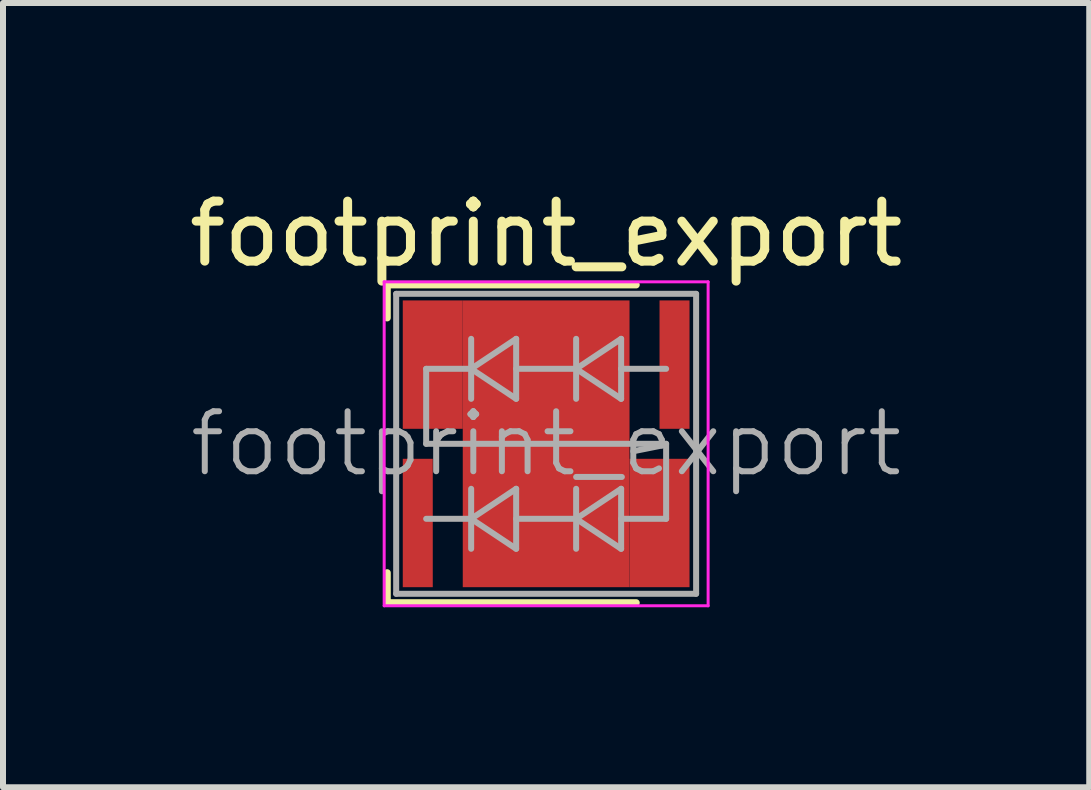
<source format=kicad_pcb>
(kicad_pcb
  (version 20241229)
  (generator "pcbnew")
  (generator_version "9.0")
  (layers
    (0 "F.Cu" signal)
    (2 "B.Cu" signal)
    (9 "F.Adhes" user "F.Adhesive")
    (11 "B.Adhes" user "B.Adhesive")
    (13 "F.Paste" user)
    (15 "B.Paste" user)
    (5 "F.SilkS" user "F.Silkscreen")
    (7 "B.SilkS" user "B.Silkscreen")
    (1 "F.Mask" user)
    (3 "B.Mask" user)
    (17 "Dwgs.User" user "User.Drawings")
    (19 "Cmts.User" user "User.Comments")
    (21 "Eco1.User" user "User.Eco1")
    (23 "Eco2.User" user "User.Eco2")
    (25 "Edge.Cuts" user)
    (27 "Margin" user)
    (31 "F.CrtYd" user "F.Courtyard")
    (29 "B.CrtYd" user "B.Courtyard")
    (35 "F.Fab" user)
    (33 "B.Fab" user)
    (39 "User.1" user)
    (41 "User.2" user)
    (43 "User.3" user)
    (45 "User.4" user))
  (footprint "footprint_export"
    (layer "F.Cu")
    (at 6.054 4.348)
    (property "Reference" "footprint_export" (at 0 -3.5 0) (layer "F.SilkS") (effects (font (size 1 1) (thickness 0.15))))
    (attr smd)
    (fp_line (start -2.65 -2.65) (end -2.65 -2.1) (stroke (width 0.12) (type solid)) (layer "F.SilkS"))
    (fp_line (start -2.65 2.65) (end -2.65 2.15) (stroke (width 0.12) (type solid)) (layer "F.SilkS"))
    (fp_line (start 1.5 -2.65) (end -2.65 -2.65) (stroke (width 0.12) (type solid)) (layer "F.SilkS"))
    (fp_line (start 1.5 2.65) (end -2.65 2.65) (stroke (width 0.12) (type solid)) (layer "F.SilkS"))
    (fp_line (start -2.7 -2.7) (end -2.7 2.7) (stroke (width 0.05) (type solid)) (layer "F.CrtYd"))
    (fp_line (start -2.7 2.7) (end 2.7 2.7) (stroke (width 0.05) (type solid)) (layer "F.CrtYd"))
    (fp_line (start 2.7 -2.7) (end -2.7 -2.7) (stroke (width 0.05) (type solid)) (layer "F.CrtYd"))
    (fp_line (start 2.7 2.7) (end 2.7 -2.7) (stroke (width 0.05) (type solid)) (layer "F.CrtYd"))
    (fp_line (start -2.5 -2.5) (end 2.5 -2.5) (stroke (width 0.1) (type solid)) (layer "F.Fab"))
    (fp_line (start -2.5 2.5) (end -2.5 -2.5) (stroke (width 0.1) (type solid)) (layer "F.Fab"))
    (fp_line (start -2 -1.25) (end -2 0) (stroke (width 0.1) (type solid)) (layer "F.Fab"))
    (fp_line (start -2 -1.25) (end -1.25 -1.25) (stroke (width 0.1) (type solid)) (layer "F.Fab"))
    (fp_line (start -2 0) (end 2 0) (stroke (width 0.1) (type solid)) (layer "F.Fab"))
    (fp_line (start -2 1.25) (end -1.25 1.25) (stroke (width 0.1) (type solid)) (layer "F.Fab"))
    (fp_line (start -1.25 -1.25) (end -1.25 -1.75) (stroke (width 0.1) (type solid)) (layer "F.Fab"))
    (fp_line (start -1.25 -1.25) (end -1.25 -0.75) (stroke (width 0.1) (type solid)) (layer "F.Fab"))
    (fp_line (start -1.25 -1.25) (end -0.5 -1.75) (stroke (width 0.1) (type solid)) (layer "F.Fab"))
    (fp_line (start -1.25 1.25) (end -1.25 0.75) (stroke (width 0.1) (type solid)) (layer "F.Fab"))
    (fp_line (start -1.25 1.25) (end -1.25 1.75) (stroke (width 0.1) (type solid)) (layer "F.Fab"))
    (fp_line (start -1.25 1.25) (end -0.5 0.75) (stroke (width 0.1) (type solid)) (layer "F.Fab"))
    (fp_line (start -0.5 -1.75) (end -0.5 -0.75) (stroke (width 0.1) (type solid)) (layer "F.Fab"))
    (fp_line (start -0.5 -1.25) (end 0.5 -1.25) (stroke (width 0.1) (type solid)) (layer "F.Fab"))
    (fp_line (start -0.5 -0.75) (end -1.25 -1.25) (stroke (width 0.1) (type solid)) (layer "F.Fab"))
    (fp_line (start -0.5 0.75) (end -0.5 1.75) (stroke (width 0.1) (type solid)) (layer "F.Fab"))
    (fp_line (start -0.5 1.25) (end 0.5 1.25) (stroke (width 0.1) (type solid)) (layer "F.Fab"))
    (fp_line (start -0.5 1.75) (end -1.25 1.25) (stroke (width 0.1) (type solid)) (layer "F.Fab"))
    (fp_line (start 0.5 -1.75) (end 0.5 -0.75) (stroke (width 0.1) (type solid)) (layer "F.Fab"))
    (fp_line (start 0.5 -1.25) (end 1.25 -0.75) (stroke (width 0.1) (type solid)) (layer "F.Fab"))
    (fp_line (start 0.5 0.75) (end 0.5 1.75) (stroke (width 0.1) (type solid)) (layer "F.Fab"))
    (fp_line (start 0.5 1.25) (end 1.25 1.75) (stroke (width 0.1) (type solid)) (layer "F.Fab"))
    (fp_line (start 1.25 -1.75) (end 0.5 -1.25) (stroke (width 0.1) (type solid)) (layer "F.Fab"))
    (fp_line (start 1.25 -1.25) (end 1.25 -1.75) (stroke (width 0.1) (type solid)) (layer "F.Fab"))
    (fp_line (start 1.25 -0.75) (end 1.25 -1.25) (stroke (width 0.1) (type solid)) (layer "F.Fab"))
    (fp_line (start 1.25 0.75) (end 0.5 1.25) (stroke (width 0.1) (type solid)) (layer "F.Fab"))
    (fp_line (start 1.25 0.75) (end 1.25 1.75) (stroke (width 0.1) (type solid)) (layer "F.Fab"))
    (fp_line (start 2 -1.25) (end 1.25 -1.25) (stroke (width 0.1) (type solid)) (layer "F.Fab"))
    (fp_line (start 2 0) (end 2 1.25) (stroke (width 0.1) (type solid)) (layer "F.Fab"))
    (fp_line (start 2 1.25) (end 1.25 1.25) (stroke (width 0.1) (type solid)) (layer "F.Fab"))
    (fp_line (start 2.5 -2.5) (end 2.5 2.5) (stroke (width 0.1) (type solid)) (layer "F.Fab"))
    (fp_line (start 2.5 2.5) (end -2.5 2.5) (stroke (width 0.1) (type solid)) (layer "F.Fab"))
    (fp_text user "${REFERENCE}" (at 0 0 0) (layer "F.Fab") (effects (font (size 1 1) (thickness 0.1))))
    (pad "" smd rect (at -2.14 -1.32) (size 0.5 2.14) (layers "F.Paste"))
    (pad "" smd rect (at -0.61 -1.575) (size 0.97 0.8) (layers "F.Paste"))
    (pad "" smd rect (at -0.61 -0.525) (size 0.97 0.8) (layers "F.Paste"))
    (pad "" smd rect (at -0.61 0.525) (size 0.97 0.8) (layers "F.Paste"))
    (pad "" smd rect (at -0.61 1.575) (size 0.97 0.8) (layers "F.Paste"))
    (pad "" smd rect (at 0.61 -1.575) (size 0.97 0.8) (layers "F.Paste"))
    (pad "" smd rect (at 0.61 -0.525) (size 0.97 0.8) (layers "F.Paste"))
    (pad "" smd rect (at 0.61 0.525) (size 0.97 0.8) (layers "F.Paste"))
    (pad "" smd rect (at 0.61 1.575) (size 0.97 0.8) (layers "F.Paste"))
    (pad "" smd rect (at 2.14 1.32) (size 0.5 2.14) (layers "F.Paste"))
    (pad "1" smd rect (at -2.14 1.32) (size 0.5 2.14) (layers "F.Cu" "F.Mask" "F.Paste"))
    (pad "2" smd rect (at 2.14 -1.32) (size 0.5 2.14) (layers "F.Cu" "F.Mask" "F.Paste"))
    (pad "3" smd rect (at -1.89 -1.32) (size 1 2.14) (layers "F.Cu" "F.Mask"))
    (pad "3" smd rect (at 0 0) (size 2.78 4.78) (layers "F.Cu" "F.Mask"))
    (pad "3" smd rect (at 1.89 1.32) (size 1 2.14) (layers "F.Cu" "F.Mask")))
  (gr_rect
    (start -3 -3)
    (end 15.107 10.073)
    (stroke (width 0.1) (type default))
    (fill no)
    (layer "Edge.Cuts")))
</source>
